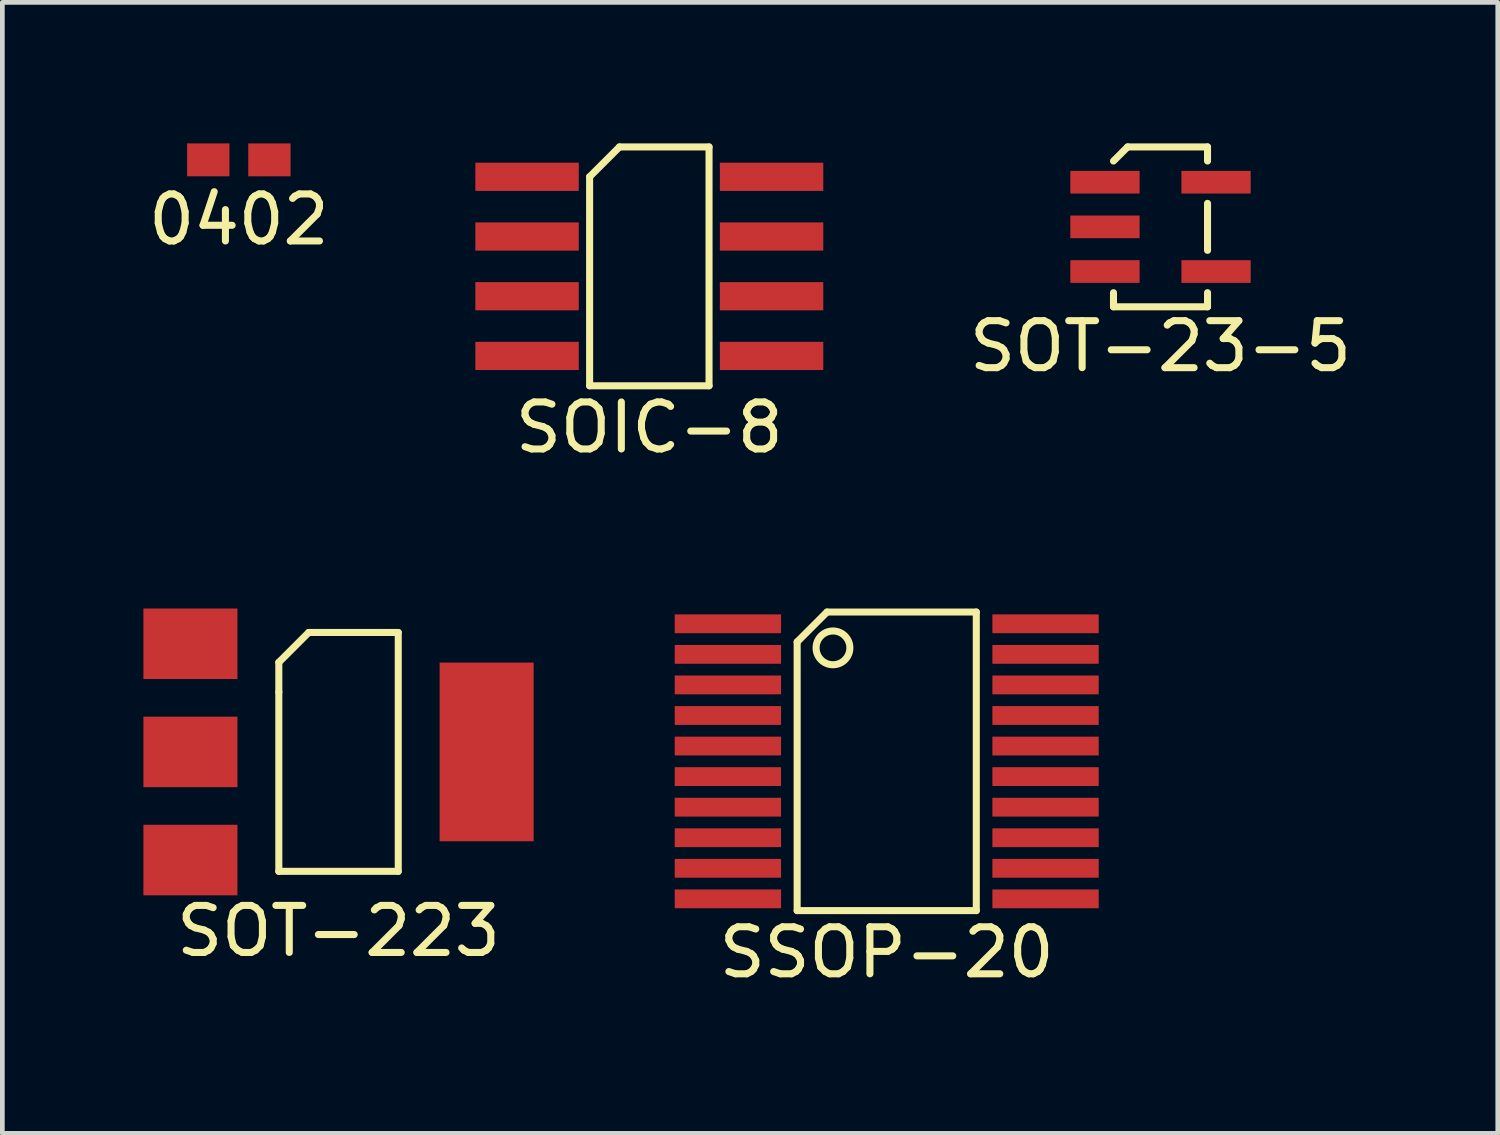
<source format=kicad_pcb>
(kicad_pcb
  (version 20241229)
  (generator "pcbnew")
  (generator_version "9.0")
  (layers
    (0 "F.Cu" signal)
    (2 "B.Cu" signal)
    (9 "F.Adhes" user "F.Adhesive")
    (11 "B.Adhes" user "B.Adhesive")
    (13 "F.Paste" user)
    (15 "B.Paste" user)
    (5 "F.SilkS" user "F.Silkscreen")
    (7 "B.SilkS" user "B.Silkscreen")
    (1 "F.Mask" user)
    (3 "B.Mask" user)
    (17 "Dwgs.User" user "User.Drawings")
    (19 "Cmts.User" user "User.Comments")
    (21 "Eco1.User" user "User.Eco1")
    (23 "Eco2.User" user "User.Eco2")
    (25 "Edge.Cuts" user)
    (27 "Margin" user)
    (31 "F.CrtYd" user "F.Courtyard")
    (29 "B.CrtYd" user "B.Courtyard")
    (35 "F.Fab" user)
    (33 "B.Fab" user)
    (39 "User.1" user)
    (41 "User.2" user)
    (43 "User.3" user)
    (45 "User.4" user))
  (footprint "SSOP-20"
    (layer "F.Cu")
    (at 15.809 13.142)
    (property "Reference" "SSOP-20" (at 0 4.064 0) (layer "F.SilkS") (effects (font (size 1 1) (thickness 0.15))))
    (attr through_hole)
    (fp_line (start -1.905 -2.54) (end -1.27 -3.175) (stroke (width 0.15) (type solid)) (layer "F.SilkS"))
    (fp_line (start -1.905 3.175) (end -1.905 -2.54) (stroke (width 0.15) (type solid)) (layer "F.SilkS"))
    (fp_line (start -1.27 -3.175) (end 1.905 -3.175) (stroke (width 0.15) (type solid)) (layer "F.SilkS"))
    (fp_line (start 1.905 -3.175) (end 1.905 3.175) (stroke (width 0.15) (type solid)) (layer "F.SilkS"))
    (fp_line (start 1.905 3.175) (end -1.905 3.175) (stroke (width 0.15) (type solid)) (layer "F.SilkS"))
    (fp_circle (center -1.143 -2.413) (end -0.889 -2.667) (stroke (width 0.15) (type solid)) (fill no) (layer "F.SilkS"))
    (pad "1" smd rect (at -3.378 -2.925) (size 2.261 0.4) (layers "F.Cu" "F.Mask" "F.Paste"))
    (pad "2" smd rect (at -3.378 -2.275) (size 2.261 0.4) (layers "F.Cu" "F.Mask" "F.Paste"))
    (pad "3" smd rect (at -3.378 -1.625) (size 2.261 0.4) (layers "F.Cu" "F.Mask" "F.Paste"))
    (pad "4" smd rect (at -3.378 -0.975) (size 2.261 0.4) (layers "F.Cu" "F.Mask" "F.Paste"))
    (pad "5" smd rect (at -3.378 -0.325) (size 2.261 0.4) (layers "F.Cu" "F.Mask" "F.Paste"))
    (pad "6" smd rect (at -3.378 0.325) (size 2.261 0.4) (layers "F.Cu" "F.Mask" "F.Paste"))
    (pad "7" smd rect (at -3.378 0.975) (size 2.261 0.4) (layers "F.Cu" "F.Mask" "F.Paste"))
    (pad "8" smd rect (at -3.378 1.625) (size 2.261 0.4) (layers "F.Cu" "F.Mask" "F.Paste"))
    (pad "9" smd rect (at -3.378 2.275) (size 2.261 0.4) (layers "F.Cu" "F.Mask" "F.Paste"))
    (pad "10" smd rect (at -3.378 2.925) (size 2.261 0.4) (layers "F.Cu" "F.Mask" "F.Paste"))
    (pad "11" smd rect (at 3.378 2.925) (size 2.261 0.4) (layers "F.Cu" "F.Mask" "F.Paste"))
    (pad "12" smd rect (at 3.378 2.275) (size 2.261 0.4) (layers "F.Cu" "F.Mask" "F.Paste"))
    (pad "13" smd rect (at 3.378 1.625) (size 2.261 0.4) (layers "F.Cu" "F.Mask" "F.Paste"))
    (pad "14" smd rect (at 3.378 0.975) (size 2.261 0.4) (layers "F.Cu" "F.Mask" "F.Paste"))
    (pad "15" smd rect (at 3.378 0.325) (size 2.261 0.4) (layers "F.Cu" "F.Mask" "F.Paste"))
    (pad "16" smd rect (at 3.378 -0.325) (size 2.261 0.4) (layers "F.Cu" "F.Mask" "F.Paste"))
    (pad "17" smd rect (at 3.378 -0.975) (size 2.261 0.4) (layers "F.Cu" "F.Mask" "F.Paste"))
    (pad "18" smd rect (at 3.378 -1.625) (size 2.261 0.4) (layers "F.Cu" "F.Mask" "F.Paste"))
    (pad "19" smd rect (at 3.378 -2.275) (size 2.261 0.4) (layers "F.Cu" "F.Mask" "F.Paste"))
    (pad "20" smd rect (at 3.378 -2.925) (size 2.261 0.4) (layers "F.Cu" "F.Mask" "F.Paste")))
  (footprint "SOT-223"
    (layer "F.Cu")
    (at 4.15 12.942)
    (property "Reference" "SOT-223" (at 0 3.81 0) (layer "F.SilkS") (effects (font (size 1 1) (thickness 0.15))))
    (attr through_hole)
    (fp_line (start -1.27 -1.905) (end -1.27 -1.27) (stroke (width 0.15) (type solid)) (layer "F.SilkS"))
    (fp_line (start -1.27 2.54) (end -1.27 -1.27) (stroke (width 0.15) (type solid)) (layer "F.SilkS"))
    (fp_line (start -0.635 -2.54) (end -1.27 -1.905) (stroke (width 0.15) (type solid)) (layer "F.SilkS"))
    (fp_line (start 0 -2.54) (end -0.635 -2.54) (stroke (width 0.15) (type solid)) (layer "F.SilkS"))
    (fp_line (start 0 -2.54) (end 1.27 -2.54) (stroke (width 0.15) (type solid)) (layer "F.SilkS"))
    (fp_line (start 1.27 -2.54) (end 1.27 2.54) (stroke (width 0.15) (type solid)) (layer "F.SilkS"))
    (fp_line (start 1.27 2.54) (end -1.27 2.54) (stroke (width 0.15) (type solid)) (layer "F.SilkS"))
    (pad "1" smd rect (at -3.15 -2.3) (size 2 1.5) (layers "F.Cu" "F.Mask" "F.Paste"))
    (pad "2" smd rect (at -3.15 0) (size 2 1.5) (layers "F.Cu" "F.Mask" "F.Paste"))
    (pad "3" smd rect (at -3.15 2.3) (size 2 1.5) (layers "F.Cu" "F.Mask" "F.Paste"))
    (pad "4" smd rect (at 3.15 0) (size 2 3.8) (layers "F.Cu" "F.Mask" "F.Paste")))
  (footprint "0402"
    (layer "F.Cu")
    (at 2.03 0.35)
    (property "Reference" "0402" (at 0 1.27 0) (layer "F.SilkS") (effects (font (size 1 1) (thickness 0.15))))
    (attr through_hole)
    (pad "1" smd rect (at 0.65 0) (size 0.9 0.7) (layers "F.Cu" "F.Mask" "F.Paste"))
    (pad "2" smd rect (at -0.65 0) (size 0.9 0.7) (layers "F.Cu" "F.Mask" "F.Paste")))
  (footprint "SOT-23-5"
    (layer "F.Cu")
    (at 21.632 1.775)
    (property "Reference" "SOT-23-5" (at 0 2.54 0) (layer "F.SilkS") (effects (font (size 1 1) (thickness 0.15))))
    (attr through_hole)
    (fp_line (start -1 1.7) (end -1 1.4) (stroke (width 0.15) (type solid)) (layer "F.SilkS"))
    (fp_line (start -0.7 -1.7) (end -1 -1.4) (stroke (width 0.15) (type solid)) (layer "F.SilkS"))
    (fp_line (start 1 -1.7) (end -0.7 -1.7) (stroke (width 0.15) (type solid)) (layer "F.SilkS"))
    (fp_line (start 1 -1.7) (end 1 -1.4) (stroke (width 0.15) (type solid)) (layer "F.SilkS"))
    (fp_line (start 1 -0.5) (end 1 0.5) (stroke (width 0.15) (type solid)) (layer "F.SilkS"))
    (fp_line (start 1 1.4) (end 1 1.7) (stroke (width 0.15) (type solid)) (layer "F.SilkS"))
    (fp_line (start 1 1.7) (end -1 1.7) (stroke (width 0.15) (type solid)) (layer "F.SilkS"))
    (pad "1" smd rect (at -1.181 -0.95) (size 1.473 0.482) (layers "F.Cu" "F.Mask" "F.Paste"))
    (pad "2" smd rect (at -1.181 0) (size 1.473 0.482) (layers "F.Cu" "F.Mask" "F.Paste"))
    (pad "3" smd rect (at -1.181 0.95) (size 1.473 0.482) (layers "F.Cu" "F.Mask" "F.Paste"))
    (pad "4" smd rect (at 1.181 0.95) (size 1.473 0.482) (layers "F.Cu" "F.Mask" "F.Paste"))
    (pad "5" smd rect (at 1.181 -0.95) (size 1.473 0.482) (layers "F.Cu" "F.Mask" "F.Paste")))
  (footprint "SOIC-8"
    (layer "F.Cu")
    (at 10.76 2.615)
    (property "Reference" "SOIC-8" (at 0 3.429 0) (layer "F.SilkS") (effects (font (size 1 1) (thickness 0.15))))
    (attr through_hole)
    (fp_line (start -1.27 -1.905) (end -1.27 2.54) (stroke (width 0.15) (type solid)) (layer "F.SilkS"))
    (fp_line (start -1.27 2.54) (end 1.27 2.54) (stroke (width 0.15) (type solid)) (layer "F.SilkS"))
    (fp_line (start -0.635 -2.54) (end -1.27 -1.905) (stroke (width 0.15) (type solid)) (layer "F.SilkS"))
    (fp_line (start 1.27 -2.54) (end -0.635 -2.54) (stroke (width 0.15) (type solid)) (layer "F.SilkS"))
    (fp_line (start 1.27 2.54) (end 1.27 -2.54) (stroke (width 0.15) (type solid)) (layer "F.SilkS"))
    (pad "1" smd rect (at -2.6 -1.905) (size 2.2 0.6) (layers "F.Cu" "F.Mask" "F.Paste"))
    (pad "2" smd rect (at -2.6 -0.635) (size 2.2 0.6) (layers "F.Cu" "F.Mask" "F.Paste"))
    (pad "3" smd rect (at -2.6 0.635) (size 2.2 0.6) (layers "F.Cu" "F.Mask" "F.Paste"))
    (pad "4" smd rect (at -2.6 1.905) (size 2.2 0.6) (layers "F.Cu" "F.Mask" "F.Paste"))
    (pad "5" smd rect (at 2.6 1.905) (size 2.2 0.6) (layers "F.Cu" "F.Mask" "F.Paste"))
    (pad "6" smd rect (at 2.6 0.635) (size 2.2 0.6) (layers "F.Cu" "F.Mask" "F.Paste"))
    (pad "7" smd rect (at 2.6 -0.635) (size 2.2 0.6) (layers "F.Cu" "F.Mask" "F.Paste"))
    (pad "8" smd rect (at 2.6 -1.905) (size 2.2 0.6) (layers "F.Cu" "F.Mask" "F.Paste")))
  (gr_rect
    (start -3 -3)
    (end 28.805 21.055)
    (stroke (width 0.1) (type default))
    (fill no)
    (layer "Edge.Cuts")))
</source>
